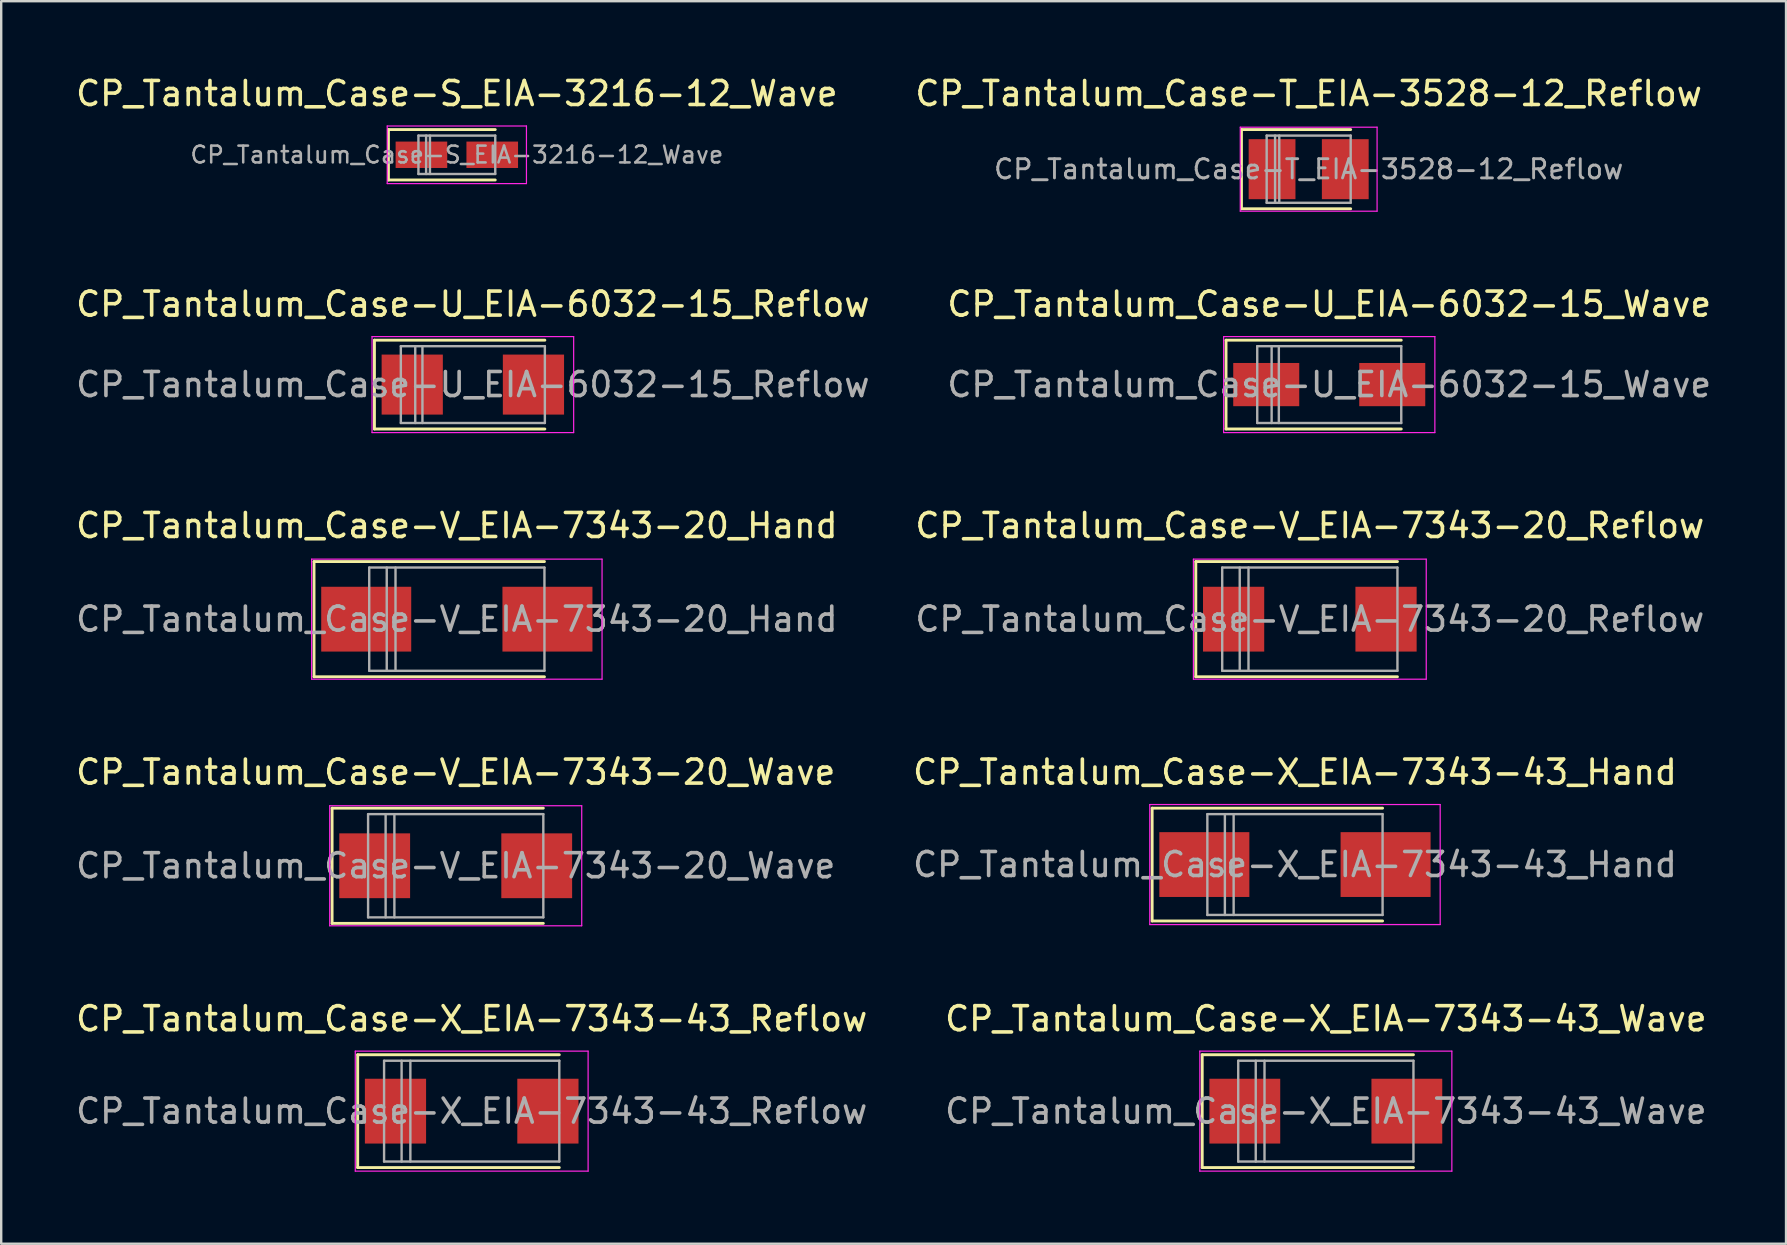
<source format=kicad_pcb>
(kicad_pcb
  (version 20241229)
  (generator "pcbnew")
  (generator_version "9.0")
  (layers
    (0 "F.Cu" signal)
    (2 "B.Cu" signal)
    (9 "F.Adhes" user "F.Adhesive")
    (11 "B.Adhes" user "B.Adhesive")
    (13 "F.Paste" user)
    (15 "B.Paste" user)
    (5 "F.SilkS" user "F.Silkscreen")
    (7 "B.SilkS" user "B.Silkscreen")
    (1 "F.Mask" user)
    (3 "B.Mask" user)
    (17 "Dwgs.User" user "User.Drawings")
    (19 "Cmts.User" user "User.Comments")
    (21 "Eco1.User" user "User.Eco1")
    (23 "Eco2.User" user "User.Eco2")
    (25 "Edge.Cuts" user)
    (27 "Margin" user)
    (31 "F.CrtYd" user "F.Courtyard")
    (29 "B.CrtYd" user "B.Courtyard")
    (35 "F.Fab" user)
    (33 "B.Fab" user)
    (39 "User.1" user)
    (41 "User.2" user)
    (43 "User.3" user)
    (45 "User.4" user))
  (footprint "CP_Tantalum_Case-X_EIA-7343-43_Hand"
    (layer "F.Cu")
    (at 50.899 32.968)
    (property "Reference" "CP_Tantalum_Case-X_EIA-7343-43_Hand" (at 0 -3.85 0) (layer "F.SilkS") (effects (font (size 1 1) (thickness 0.15))))
    (attr smd)
    (fp_line (start -5.95 -2.35) (end -5.95 2.35) (stroke (width 0.12) (type solid)) (layer "F.SilkS"))
    (fp_line (start -5.95 -2.35) (end 3.65 -2.35) (stroke (width 0.12) (type solid)) (layer "F.SilkS"))
    (fp_line (start -5.95 2.35) (end 3.65 2.35) (stroke (width 0.12) (type solid)) (layer "F.SilkS"))
    (fp_line (start -6.05 -2.5) (end -6.05 2.5) (stroke (width 0.05) (type solid)) (layer "F.CrtYd"))
    (fp_line (start -6.05 2.5) (end 6.05 2.5) (stroke (width 0.05) (type solid)) (layer "F.CrtYd"))
    (fp_line (start 6.05 -2.5) (end -6.05 -2.5) (stroke (width 0.05) (type solid)) (layer "F.CrtYd"))
    (fp_line (start 6.05 2.5) (end 6.05 -2.5) (stroke (width 0.05) (type solid)) (layer "F.CrtYd"))
    (fp_line (start -3.65 -2.1) (end -3.65 2.1) (stroke (width 0.1) (type solid)) (layer "F.Fab"))
    (fp_line (start -3.65 2.1) (end 3.65 2.1) (stroke (width 0.1) (type solid)) (layer "F.Fab"))
    (fp_line (start -2.92 -2.1) (end -2.92 2.1) (stroke (width 0.1) (type solid)) (layer "F.Fab"))
    (fp_line (start -2.555 -2.1) (end -2.555 2.1) (stroke (width 0.1) (type solid)) (layer "F.Fab"))
    (fp_line (start 3.65 -2.1) (end -3.65 -2.1) (stroke (width 0.1) (type solid)) (layer "F.Fab"))
    (fp_line (start 3.65 2.1) (end 3.65 -2.1) (stroke (width 0.1) (type solid)) (layer "F.Fab"))
    (fp_text user "${REFERENCE}" (at 0 0 0) (layer "F.Fab") (effects (font (size 1 1) (thickness 0.15))))
    (pad "1" smd rect (at -3.775 0) (size 3.75 2.7) (layers "F.Cu" "F.Mask" "F.Paste"))
    (pad "2" smd rect (at 3.775 0) (size 3.75 2.7) (layers "F.Cu" "F.Mask" "F.Paste")))
  (footprint "CP_Tantalum_Case-X_EIA-7343-43_Reflow"
    (layer "F.Cu")
    (at 16.601 43.241)
    (property "Reference" "CP_Tantalum_Case-X_EIA-7343-43_Reflow" (at 0 -3.85 0) (layer "F.SilkS") (effects (font (size 1 1) (thickness 0.15))))
    (attr smd)
    (fp_line (start -4.75 -2.35) (end -4.75 2.35) (stroke (width 0.12) (type solid)) (layer "F.SilkS"))
    (fp_line (start -4.75 -2.35) (end 3.65 -2.35) (stroke (width 0.12) (type solid)) (layer "F.SilkS"))
    (fp_line (start -4.75 2.35) (end 3.65 2.35) (stroke (width 0.12) (type solid)) (layer "F.SilkS"))
    (fp_line (start -4.85 -2.5) (end -4.85 2.5) (stroke (width 0.05) (type solid)) (layer "F.CrtYd"))
    (fp_line (start -4.85 2.5) (end 4.85 2.5) (stroke (width 0.05) (type solid)) (layer "F.CrtYd"))
    (fp_line (start 4.85 -2.5) (end -4.85 -2.5) (stroke (width 0.05) (type solid)) (layer "F.CrtYd"))
    (fp_line (start 4.85 2.5) (end 4.85 -2.5) (stroke (width 0.05) (type solid)) (layer "F.CrtYd"))
    (fp_line (start -3.65 -2.1) (end -3.65 2.1) (stroke (width 0.1) (type solid)) (layer "F.Fab"))
    (fp_line (start -3.65 2.1) (end 3.65 2.1) (stroke (width 0.1) (type solid)) (layer "F.Fab"))
    (fp_line (start -2.92 -2.1) (end -2.92 2.1) (stroke (width 0.1) (type solid)) (layer "F.Fab"))
    (fp_line (start -2.555 -2.1) (end -2.555 2.1) (stroke (width 0.1) (type solid)) (layer "F.Fab"))
    (fp_line (start 3.65 -2.1) (end -3.65 -2.1) (stroke (width 0.1) (type solid)) (layer "F.Fab"))
    (fp_line (start 3.65 2.1) (end 3.65 -2.1) (stroke (width 0.1) (type solid)) (layer "F.Fab"))
    (fp_text user "${REFERENCE}" (at 0 0 0) (layer "F.Fab") (effects (font (size 1 1) (thickness 0.15))))
    (pad "1" smd rect (at -3.175 0) (size 2.55 2.7) (layers "F.Cu" "F.Mask" "F.Paste"))
    (pad "2" smd rect (at 3.175 0) (size 2.55 2.7) (layers "F.Cu" "F.Mask" "F.Paste")))
  (footprint "CP_Tantalum_Case-U_EIA-6032-15_Wave"
    (layer "F.Cu")
    (at 52.327 12.972)
    (property "Reference" "CP_Tantalum_Case-U_EIA-6032-15_Wave" (at 0 -3.35 0) (layer "F.SilkS") (effects (font (size 1 1) (thickness 0.15))))
    (attr smd)
    (fp_line (start -4.3 -1.85) (end -4.3 1.85) (stroke (width 0.12) (type solid)) (layer "F.SilkS"))
    (fp_line (start -4.3 -1.85) (end 3 -1.85) (stroke (width 0.12) (type solid)) (layer "F.SilkS"))
    (fp_line (start -4.3 1.85) (end 3 1.85) (stroke (width 0.12) (type solid)) (layer "F.SilkS"))
    (fp_line (start -4.4 -2) (end -4.4 2) (stroke (width 0.05) (type solid)) (layer "F.CrtYd"))
    (fp_line (start -4.4 2) (end 4.4 2) (stroke (width 0.05) (type solid)) (layer "F.CrtYd"))
    (fp_line (start 4.4 -2) (end -4.4 -2) (stroke (width 0.05) (type solid)) (layer "F.CrtYd"))
    (fp_line (start 4.4 2) (end 4.4 -2) (stroke (width 0.05) (type solid)) (layer "F.CrtYd"))
    (fp_line (start -3 -1.6) (end -3 1.6) (stroke (width 0.1) (type solid)) (layer "F.Fab"))
    (fp_line (start -3 1.6) (end 3 1.6) (stroke (width 0.1) (type solid)) (layer "F.Fab"))
    (fp_line (start -2.4 -1.6) (end -2.4 1.6) (stroke (width 0.1) (type solid)) (layer "F.Fab"))
    (fp_line (start -2.1 -1.6) (end -2.1 1.6) (stroke (width 0.1) (type solid)) (layer "F.Fab"))
    (fp_line (start 3 -1.6) (end -3 -1.6) (stroke (width 0.1) (type solid)) (layer "F.Fab"))
    (fp_line (start 3 1.6) (end 3 -1.6) (stroke (width 0.1) (type solid)) (layer "F.Fab"))
    (fp_text user "${REFERENCE}" (at 0 0 0) (layer "F.Fab") (effects (font (size 1 1) (thickness 0.15))))
    (pad "1" smd rect (at -2.625 0) (size 2.75 1.8) (layers "F.Cu" "F.Mask" "F.Paste"))
    (pad "2" smd rect (at 2.625 0) (size 2.75 1.8) (layers "F.Cu" "F.Mask" "F.Paste")))
  (footprint "CP_Tantalum_Case-T_EIA-3528-12_Reflow"
    (layer "F.Cu")
    (at 51.47 3.998)
    (property "Reference" "CP_Tantalum_Case-T_EIA-3528-12_Reflow" (at 0 -3.15 0) (layer "F.SilkS") (effects (font (size 1 1) (thickness 0.15))))
    (attr smd)
    (fp_line (start -2.8 -1.65) (end -2.8 1.65) (stroke (width 0.12) (type solid)) (layer "F.SilkS"))
    (fp_line (start -2.8 -1.65) (end 1.75 -1.65) (stroke (width 0.12) (type solid)) (layer "F.SilkS"))
    (fp_line (start -2.8 1.65) (end 1.75 1.65) (stroke (width 0.12) (type solid)) (layer "F.SilkS"))
    (fp_line (start -2.85 -1.75) (end -2.85 1.75) (stroke (width 0.05) (type solid)) (layer "F.CrtYd"))
    (fp_line (start -2.85 1.75) (end 2.85 1.75) (stroke (width 0.05) (type solid)) (layer "F.CrtYd"))
    (fp_line (start 2.85 -1.75) (end -2.85 -1.75) (stroke (width 0.05) (type solid)) (layer "F.CrtYd"))
    (fp_line (start 2.85 1.75) (end 2.85 -1.75) (stroke (width 0.05) (type solid)) (layer "F.CrtYd"))
    (fp_line (start -1.75 -1.4) (end -1.75 1.4) (stroke (width 0.1) (type solid)) (layer "F.Fab"))
    (fp_line (start -1.75 1.4) (end 1.75 1.4) (stroke (width 0.1) (type solid)) (layer "F.Fab"))
    (fp_line (start -1.4 -1.4) (end -1.4 1.4) (stroke (width 0.1) (type solid)) (layer "F.Fab"))
    (fp_line (start -1.225 -1.4) (end -1.225 1.4) (stroke (width 0.1) (type solid)) (layer "F.Fab"))
    (fp_line (start 1.75 -1.4) (end -1.75 -1.4) (stroke (width 0.1) (type solid)) (layer "F.Fab"))
    (fp_line (start 1.75 1.4) (end 1.75 -1.4) (stroke (width 0.1) (type solid)) (layer "F.Fab"))
    (fp_text user "${REFERENCE}" (at 0 0 0) (layer "F.Fab") (effects (font (size 0.8 0.8) (thickness 0.12))))
    (pad "1" smd rect (at -1.525 0) (size 1.95 2.5) (layers "F.Cu" "F.Mask" "F.Paste"))
    (pad "2" smd rect (at 1.525 0) (size 1.95 2.5) (layers "F.Cu" "F.Mask" "F.Paste")))
  (footprint "CP_Tantalum_Case-X_EIA-7343-43_Wave"
    (layer "F.Cu")
    (at 52.185 43.241)
    (property "Reference" "CP_Tantalum_Case-X_EIA-7343-43_Wave" (at 0 -3.85 0) (layer "F.SilkS") (effects (font (size 1 1) (thickness 0.15))))
    (attr smd)
    (fp_line (start -5.15 -2.35) (end -5.15 2.35) (stroke (width 0.12) (type solid)) (layer "F.SilkS"))
    (fp_line (start -5.15 -2.35) (end 3.65 -2.35) (stroke (width 0.12) (type solid)) (layer "F.SilkS"))
    (fp_line (start -5.15 2.35) (end 3.65 2.35) (stroke (width 0.12) (type solid)) (layer "F.SilkS"))
    (fp_line (start -5.25 -2.5) (end -5.25 2.5) (stroke (width 0.05) (type solid)) (layer "F.CrtYd"))
    (fp_line (start -5.25 2.5) (end 5.25 2.5) (stroke (width 0.05) (type solid)) (layer "F.CrtYd"))
    (fp_line (start 5.25 -2.5) (end -5.25 -2.5) (stroke (width 0.05) (type solid)) (layer "F.CrtYd"))
    (fp_line (start 5.25 2.5) (end 5.25 -2.5) (stroke (width 0.05) (type solid)) (layer "F.CrtYd"))
    (fp_line (start -3.65 -2.1) (end -3.65 2.1) (stroke (width 0.1) (type solid)) (layer "F.Fab"))
    (fp_line (start -3.65 2.1) (end 3.65 2.1) (stroke (width 0.1) (type solid)) (layer "F.Fab"))
    (fp_line (start -2.92 -2.1) (end -2.92 2.1) (stroke (width 0.1) (type solid)) (layer "F.Fab"))
    (fp_line (start -2.555 -2.1) (end -2.555 2.1) (stroke (width 0.1) (type solid)) (layer "F.Fab"))
    (fp_line (start 3.65 -2.1) (end -3.65 -2.1) (stroke (width 0.1) (type solid)) (layer "F.Fab"))
    (fp_line (start 3.65 2.1) (end 3.65 -2.1) (stroke (width 0.1) (type solid)) (layer "F.Fab"))
    (fp_text user "${REFERENCE}" (at 0 0 0) (layer "F.Fab") (effects (font (size 1 1) (thickness 0.15))))
    (pad "1" smd rect (at -3.375 0) (size 2.95 2.7) (layers "F.Cu" "F.Mask" "F.Paste"))
    (pad "2" smd rect (at 3.375 0) (size 2.95 2.7) (layers "F.Cu" "F.Mask" "F.Paste")))
  (footprint "CP_Tantalum_Case-U_EIA-6032-15_Reflow"
    (layer "F.Cu")
    (at 16.649 12.972)
    (property "Reference" "CP_Tantalum_Case-U_EIA-6032-15_Reflow" (at 0 -3.35 0) (layer "F.SilkS") (effects (font (size 1 1) (thickness 0.15))))
    (attr smd)
    (fp_line (start -4.1 -1.85) (end -4.1 1.85) (stroke (width 0.12) (type solid)) (layer "F.SilkS"))
    (fp_line (start -4.1 -1.85) (end 3 -1.85) (stroke (width 0.12) (type solid)) (layer "F.SilkS"))
    (fp_line (start -4.1 1.85) (end 3 1.85) (stroke (width 0.12) (type solid)) (layer "F.SilkS"))
    (fp_line (start -4.2 -2) (end -4.2 2) (stroke (width 0.05) (type solid)) (layer "F.CrtYd"))
    (fp_line (start -4.2 2) (end 4.2 2) (stroke (width 0.05) (type solid)) (layer "F.CrtYd"))
    (fp_line (start 4.2 -2) (end -4.2 -2) (stroke (width 0.05) (type solid)) (layer "F.CrtYd"))
    (fp_line (start 4.2 2) (end 4.2 -2) (stroke (width 0.05) (type solid)) (layer "F.CrtYd"))
    (fp_line (start -3 -1.6) (end -3 1.6) (stroke (width 0.1) (type solid)) (layer "F.Fab"))
    (fp_line (start -3 1.6) (end 3 1.6) (stroke (width 0.1) (type solid)) (layer "F.Fab"))
    (fp_line (start -2.4 -1.6) (end -2.4 1.6) (stroke (width 0.1) (type solid)) (layer "F.Fab"))
    (fp_line (start -2.1 -1.6) (end -2.1 1.6) (stroke (width 0.1) (type solid)) (layer "F.Fab"))
    (fp_line (start 3 -1.6) (end -3 -1.6) (stroke (width 0.1) (type solid)) (layer "F.Fab"))
    (fp_line (start 3 1.6) (end 3 -1.6) (stroke (width 0.1) (type solid)) (layer "F.Fab"))
    (fp_text user "${REFERENCE}" (at 0 0 0) (layer "F.Fab") (effects (font (size 1 1) (thickness 0.15))))
    (pad "1" smd rect (at -2.525 0) (size 2.55 2.5) (layers "F.Cu" "F.Mask" "F.Paste"))
    (pad "2" smd rect (at 2.525 0) (size 2.55 2.5) (layers "F.Cu" "F.Mask" "F.Paste")))
  (footprint "CP_Tantalum_Case-V_EIA-7343-20_Wave"
    (layer "F.Cu")
    (at 15.935 33.018)
    (property "Reference" "CP_Tantalum_Case-V_EIA-7343-20_Wave" (at 0 -3.9 0) (layer "F.SilkS") (effects (font (size 1 1) (thickness 0.15))))
    (attr smd)
    (fp_line (start -5.15 -2.4) (end -5.15 2.4) (stroke (width 0.12) (type solid)) (layer "F.SilkS"))
    (fp_line (start -5.15 -2.4) (end 3.65 -2.4) (stroke (width 0.12) (type solid)) (layer "F.SilkS"))
    (fp_line (start -5.15 2.4) (end 3.65 2.4) (stroke (width 0.12) (type solid)) (layer "F.SilkS"))
    (fp_line (start -5.25 -2.5) (end -5.25 2.5) (stroke (width 0.05) (type solid)) (layer "F.CrtYd"))
    (fp_line (start -5.25 2.5) (end 5.25 2.5) (stroke (width 0.05) (type solid)) (layer "F.CrtYd"))
    (fp_line (start 5.25 -2.5) (end -5.25 -2.5) (stroke (width 0.05) (type solid)) (layer "F.CrtYd"))
    (fp_line (start 5.25 2.5) (end 5.25 -2.5) (stroke (width 0.05) (type solid)) (layer "F.CrtYd"))
    (fp_line (start -3.65 -2.15) (end -3.65 2.15) (stroke (width 0.1) (type solid)) (layer "F.Fab"))
    (fp_line (start -3.65 2.15) (end 3.65 2.15) (stroke (width 0.1) (type solid)) (layer "F.Fab"))
    (fp_line (start -2.92 -2.15) (end -2.92 2.15) (stroke (width 0.1) (type solid)) (layer "F.Fab"))
    (fp_line (start -2.555 -2.15) (end -2.555 2.15) (stroke (width 0.1) (type solid)) (layer "F.Fab"))
    (fp_line (start 3.65 -2.15) (end -3.65 -2.15) (stroke (width 0.1) (type solid)) (layer "F.Fab"))
    (fp_line (start 3.65 2.15) (end 3.65 -2.15) (stroke (width 0.1) (type solid)) (layer "F.Fab"))
    (fp_text user "${REFERENCE}" (at 0 0 0) (layer "F.Fab") (effects (font (size 1 1) (thickness 0.15))))
    (pad "1" smd rect (at -3.375 0) (size 2.95 2.7) (layers "F.Cu" "F.Mask" "F.Paste"))
    (pad "2" smd rect (at 3.375 0) (size 2.95 2.7) (layers "F.Cu" "F.Mask" "F.Paste")))
  (footprint "CP_Tantalum_Case-V_EIA-7343-20_Hand"
    (layer "F.Cu")
    (at 15.982 22.745)
    (property "Reference" "CP_Tantalum_Case-V_EIA-7343-20_Hand" (at 0 -3.9 0) (layer "F.SilkS") (effects (font (size 1 1) (thickness 0.15))))
    (attr smd)
    (fp_line (start -5.95 -2.4) (end -5.95 2.4) (stroke (width 0.12) (type solid)) (layer "F.SilkS"))
    (fp_line (start -5.95 -2.4) (end 3.65 -2.4) (stroke (width 0.12) (type solid)) (layer "F.SilkS"))
    (fp_line (start -5.95 2.4) (end 3.65 2.4) (stroke (width 0.12) (type solid)) (layer "F.SilkS"))
    (fp_line (start -6.05 -2.5) (end -6.05 2.5) (stroke (width 0.05) (type solid)) (layer "F.CrtYd"))
    (fp_line (start -6.05 2.5) (end 6.05 2.5) (stroke (width 0.05) (type solid)) (layer "F.CrtYd"))
    (fp_line (start 6.05 -2.5) (end -6.05 -2.5) (stroke (width 0.05) (type solid)) (layer "F.CrtYd"))
    (fp_line (start 6.05 2.5) (end 6.05 -2.5) (stroke (width 0.05) (type solid)) (layer "F.CrtYd"))
    (fp_line (start -3.65 -2.15) (end -3.65 2.15) (stroke (width 0.1) (type solid)) (layer "F.Fab"))
    (fp_line (start -3.65 2.15) (end 3.65 2.15) (stroke (width 0.1) (type solid)) (layer "F.Fab"))
    (fp_line (start -2.92 -2.15) (end -2.92 2.15) (stroke (width 0.1) (type solid)) (layer "F.Fab"))
    (fp_line (start -2.555 -2.15) (end -2.555 2.15) (stroke (width 0.1) (type solid)) (layer "F.Fab"))
    (fp_line (start 3.65 -2.15) (end -3.65 -2.15) (stroke (width 0.1) (type solid)) (layer "F.Fab"))
    (fp_line (start 3.65 2.15) (end 3.65 -2.15) (stroke (width 0.1) (type solid)) (layer "F.Fab"))
    (fp_text user "${REFERENCE}" (at 0 0 0) (layer "F.Fab") (effects (font (size 1 1) (thickness 0.15))))
    (pad "1" smd rect (at -3.775 0) (size 3.75 2.7) (layers "F.Cu" "F.Mask" "F.Paste"))
    (pad "2" smd rect (at 3.775 0) (size 3.75 2.7) (layers "F.Cu" "F.Mask" "F.Paste")))
  (footprint "CP_Tantalum_Case-S_EIA-3216-12_Wave"
    (layer "F.Cu")
    (at 15.982 3.398)
    (property "Reference" "CP_Tantalum_Case-S_EIA-3216-12_Wave" (at 0 -2.55 0) (layer "F.SilkS") (effects (font (size 1 1) (thickness 0.15))))
    (attr smd)
    (fp_line (start -2.85 -1.05) (end -2.85 1.05) (stroke (width 0.12) (type solid)) (layer "F.SilkS"))
    (fp_line (start -2.85 -1.05) (end 1.6 -1.05) (stroke (width 0.12) (type solid)) (layer "F.SilkS"))
    (fp_line (start -2.85 1.05) (end 1.6 1.05) (stroke (width 0.12) (type solid)) (layer "F.SilkS"))
    (fp_line (start -2.9 -1.2) (end -2.9 1.2) (stroke (width 0.05) (type solid)) (layer "F.CrtYd"))
    (fp_line (start -2.9 1.2) (end 2.9 1.2) (stroke (width 0.05) (type solid)) (layer "F.CrtYd"))
    (fp_line (start 2.9 -1.2) (end -2.9 -1.2) (stroke (width 0.05) (type solid)) (layer "F.CrtYd"))
    (fp_line (start 2.9 1.2) (end 2.9 -1.2) (stroke (width 0.05) (type solid)) (layer "F.CrtYd"))
    (fp_line (start -1.6 -0.8) (end -1.6 0.8) (stroke (width 0.1) (type solid)) (layer "F.Fab"))
    (fp_line (start -1.6 0.8) (end 1.6 0.8) (stroke (width 0.1) (type solid)) (layer "F.Fab"))
    (fp_line (start -1.28 -0.8) (end -1.28 0.8) (stroke (width 0.1) (type solid)) (layer "F.Fab"))
    (fp_line (start -1.12 -0.8) (end -1.12 0.8) (stroke (width 0.1) (type solid)) (layer "F.Fab"))
    (fp_line (start 1.6 -0.8) (end -1.6 -0.8) (stroke (width 0.1) (type solid)) (layer "F.Fab"))
    (fp_line (start 1.6 0.8) (end 1.6 -0.8) (stroke (width 0.1) (type solid)) (layer "F.Fab"))
    (fp_text user "${REFERENCE}" (at 0 0 0) (layer "F.Fab") (effects (font (size 0.7 0.7) (thickness 0.105))))
    (pad "1" smd rect (at -1.475 0) (size 2.15 1.1) (layers "F.Cu" "F.Mask" "F.Paste"))
    (pad "2" smd rect (at 1.475 0) (size 2.15 1.1) (layers "F.Cu" "F.Mask" "F.Paste")))
  (footprint "CP_Tantalum_Case-V_EIA-7343-20_Reflow"
    (layer "F.Cu")
    (at 51.518 22.745)
    (property "Reference" "CP_Tantalum_Case-V_EIA-7343-20_Reflow" (at 0 -3.9 0) (layer "F.SilkS") (effects (font (size 1 1) (thickness 0.15))))
    (attr smd)
    (fp_line (start -4.75 -2.4) (end -4.75 2.4) (stroke (width 0.12) (type solid)) (layer "F.SilkS"))
    (fp_line (start -4.75 -2.4) (end 3.65 -2.4) (stroke (width 0.12) (type solid)) (layer "F.SilkS"))
    (fp_line (start -4.75 2.4) (end 3.65 2.4) (stroke (width 0.12) (type solid)) (layer "F.SilkS"))
    (fp_line (start -4.85 -2.5) (end -4.85 2.5) (stroke (width 0.05) (type solid)) (layer "F.CrtYd"))
    (fp_line (start -4.85 2.5) (end 4.85 2.5) (stroke (width 0.05) (type solid)) (layer "F.CrtYd"))
    (fp_line (start 4.85 -2.5) (end -4.85 -2.5) (stroke (width 0.05) (type solid)) (layer "F.CrtYd"))
    (fp_line (start 4.85 2.5) (end 4.85 -2.5) (stroke (width 0.05) (type solid)) (layer "F.CrtYd"))
    (fp_line (start -3.65 -2.15) (end -3.65 2.15) (stroke (width 0.1) (type solid)) (layer "F.Fab"))
    (fp_line (start -3.65 2.15) (end 3.65 2.15) (stroke (width 0.1) (type solid)) (layer "F.Fab"))
    (fp_line (start -2.92 -2.15) (end -2.92 2.15) (stroke (width 0.1) (type solid)) (layer "F.Fab"))
    (fp_line (start -2.555 -2.15) (end -2.555 2.15) (stroke (width 0.1) (type solid)) (layer "F.Fab"))
    (fp_line (start 3.65 -2.15) (end -3.65 -2.15) (stroke (width 0.1) (type solid)) (layer "F.Fab"))
    (fp_line (start 3.65 2.15) (end 3.65 -2.15) (stroke (width 0.1) (type solid)) (layer "F.Fab"))
    (fp_text user "${REFERENCE}" (at 0 0 0) (layer "F.Fab") (effects (font (size 1 1) (thickness 0.15))))
    (pad "1" smd rect (at -3.175 0) (size 2.55 2.7) (layers "F.Cu" "F.Mask" "F.Paste"))
    (pad "2" smd rect (at 3.175 0) (size 2.55 2.7) (layers "F.Cu" "F.Mask" "F.Paste")))
  (gr_rect
    (start -3 -3)
    (end 71.357 48.766)
    (stroke (width 0.1) (type default))
    (fill no)
    (layer "Edge.Cuts")))
</source>
